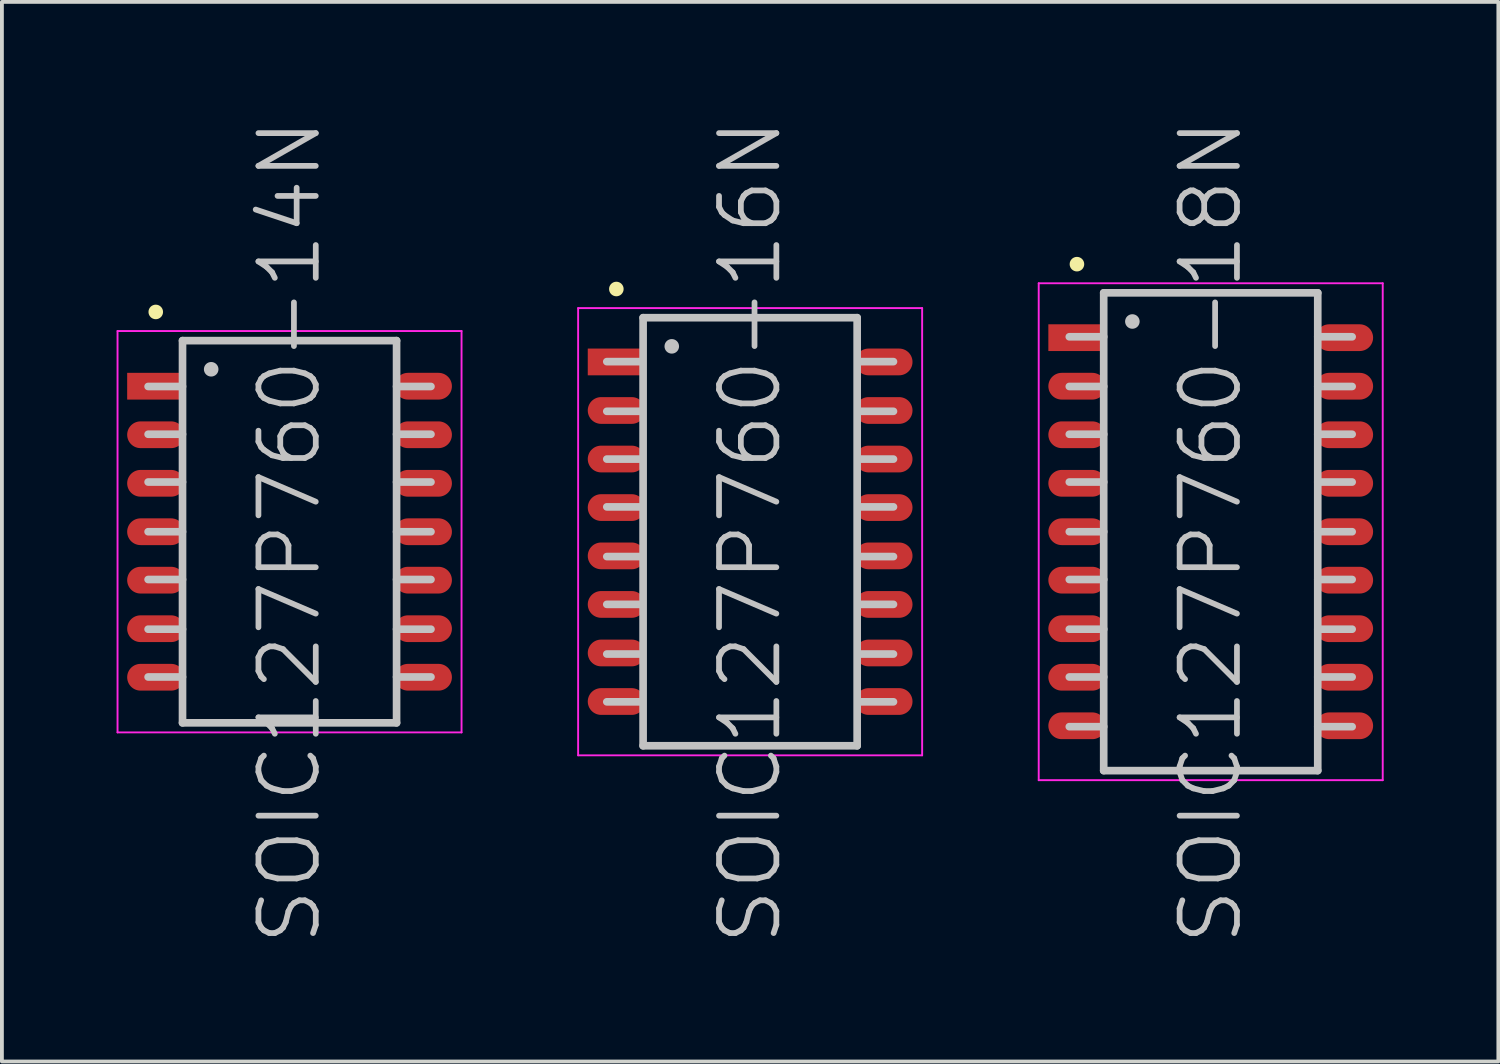
<source format=kicad_pcb>
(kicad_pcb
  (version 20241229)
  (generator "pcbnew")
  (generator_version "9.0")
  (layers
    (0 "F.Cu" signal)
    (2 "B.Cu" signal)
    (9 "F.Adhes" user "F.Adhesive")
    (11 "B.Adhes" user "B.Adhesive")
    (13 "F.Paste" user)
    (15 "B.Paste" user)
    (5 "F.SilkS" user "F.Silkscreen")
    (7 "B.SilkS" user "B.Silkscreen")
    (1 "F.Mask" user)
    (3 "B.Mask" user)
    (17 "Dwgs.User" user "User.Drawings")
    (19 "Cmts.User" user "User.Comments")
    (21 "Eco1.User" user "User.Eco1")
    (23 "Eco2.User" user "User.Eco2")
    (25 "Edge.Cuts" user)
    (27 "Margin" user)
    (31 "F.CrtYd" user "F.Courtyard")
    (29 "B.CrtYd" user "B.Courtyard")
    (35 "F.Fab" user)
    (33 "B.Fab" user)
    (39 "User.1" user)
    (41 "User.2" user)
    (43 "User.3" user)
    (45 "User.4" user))
  (footprint "SOIC127P760-14N"
    (layer "F.Cu")
    (at 4.525 10.861)
    (property "Reference" "SOIC127P760-14N" (at 0 0 90) (layer "Dwgs.User") (effects (font (size 1.5 1.5) (thickness 0.15))))
    (attr smd)
    (fp_line (start -3.5 -5.75) (end -3.5 -5.75) (stroke (width 0.381) (type solid)) (layer "F.SilkS"))
    (fp_line (start -2.8 -5) (end -2.8 5) (stroke (width 0.2) (type solid)) (layer "Dwgs.User"))
    (fp_line (start -2.8 -5) (end 2.8 -5) (stroke (width 0.2) (type solid)) (layer "Dwgs.User"))
    (fp_line (start -2.8 -3.8) (end -3.7 -3.8) (stroke (width 0.2) (type solid)) (layer "Dwgs.User"))
    (fp_line (start -2.8 -2.55) (end -3.7 -2.55) (stroke (width 0.2) (type solid)) (layer "Dwgs.User"))
    (fp_line (start -2.8 -1.3) (end -3.7 -1.3) (stroke (width 0.2) (type solid)) (layer "Dwgs.User"))
    (fp_line (start -2.8 0) (end -3.7 0) (stroke (width 0.2) (type solid)) (layer "Dwgs.User"))
    (fp_line (start -2.8 1.25) (end -3.7 1.25) (stroke (width 0.2) (type solid)) (layer "Dwgs.User"))
    (fp_line (start -2.8 2.55) (end -3.7 2.55) (stroke (width 0.2) (type solid)) (layer "Dwgs.User"))
    (fp_line (start -2.8 3.8) (end -3.7 3.8) (stroke (width 0.2) (type solid)) (layer "Dwgs.User"))
    (fp_line (start -2.8 5) (end 2.8 5) (stroke (width 0.2) (type solid)) (layer "Dwgs.User"))
    (fp_line (start -2.05 -4.25) (end -2.05 -4.25) (stroke (width 0.381) (type solid)) (layer "Dwgs.User"))
    (fp_line (start 2.8 -5) (end 2.8 5) (stroke (width 0.2) (type solid)) (layer "Dwgs.User"))
    (fp_line (start 3.7 -3.8) (end 2.8 -3.8) (stroke (width 0.2) (type solid)) (layer "Dwgs.User"))
    (fp_line (start 3.7 -2.55) (end 2.8 -2.55) (stroke (width 0.2) (type solid)) (layer "Dwgs.User"))
    (fp_line (start 3.7 -1.3) (end 2.8 -1.3) (stroke (width 0.2) (type solid)) (layer "Dwgs.User"))
    (fp_line (start 3.7 0) (end 2.8 0) (stroke (width 0.2) (type solid)) (layer "Dwgs.User"))
    (fp_line (start 3.7 1.25) (end 2.8 1.25) (stroke (width 0.2) (type solid)) (layer "Dwgs.User"))
    (fp_line (start 3.7 2.55) (end 2.8 2.55) (stroke (width 0.2) (type solid)) (layer "Dwgs.User"))
    (fp_line (start 3.7 3.8) (end 2.8 3.8) (stroke (width 0.2) (type solid)) (layer "Dwgs.User"))
    (fp_line (start -4.5 -5.25) (end -4.5 5.25) (stroke (width 0.05) (type solid)) (layer "F.CrtYd"))
    (fp_line (start -4.5 -5.25) (end 4.5 -5.25) (stroke (width 0.05) (type solid)) (layer "F.CrtYd"))
    (fp_line (start -4.5 5.25) (end 4.5 5.25) (stroke (width 0.05) (type solid)) (layer "F.CrtYd"))
    (fp_line (start 4.5 -5.25) (end 4.5 5.25) (stroke (width 0.05) (type solid)) (layer "F.CrtYd"))
    (pad "1" smd rect (at -3.498 -3.807 90) (size 0.7 1.5) (layers "F.Cu" "F.Mask" "F.Paste"))
    (pad "2" smd oval (at -3.498 -2.537 90) (size 0.7 1.5) (layers "F.Cu" "F.Mask" "F.Paste"))
    (pad "3" smd oval (at -3.498 -1.267 90) (size 0.7 1.5) (layers "F.Cu" "F.Mask" "F.Paste"))
    (pad "4" smd oval (at -3.498 0 90) (size 0.7 1.5) (layers "F.Cu" "F.Mask" "F.Paste"))
    (pad "5" smd oval (at -3.498 1.267 90) (size 0.7 1.5) (layers "F.Cu" "F.Mask" "F.Paste"))
    (pad "6" smd oval (at -3.498 2.537 90) (size 0.7 1.5) (layers "F.Cu" "F.Mask" "F.Paste"))
    (pad "7" smd oval (at -3.498 3.807 90) (size 0.7 1.5) (layers "F.Cu" "F.Mask" "F.Paste"))
    (pad "8" smd oval (at 3.498 3.807 270) (size 0.7 1.5) (layers "F.Cu" "F.Mask" "F.Paste"))
    (pad "9" smd oval (at 3.498 2.537 270) (size 0.7 1.5) (layers "F.Cu" "F.Mask" "F.Paste"))
    (pad "10" smd oval (at 3.498 1.267 270) (size 0.7 1.5) (layers "F.Cu" "F.Mask" "F.Paste"))
    (pad "11" smd oval (at 3.498 0 270) (size 0.7 1.5) (layers "F.Cu" "F.Mask" "F.Paste"))
    (pad "12" smd oval (at 3.498 -1.267 270) (size 0.7 1.5) (layers "F.Cu" "F.Mask" "F.Paste"))
    (pad "13" smd oval (at 3.498 -2.537 270) (size 0.7 1.5) (layers "F.Cu" "F.Mask" "F.Paste"))
    (pad "14" smd oval (at 3.498 -3.807 270) (size 0.7 1.5) (layers "F.Cu" "F.Mask" "F.Paste")))
  (footprint "SOIC127P760-16N"
    (layer "F.Cu")
    (at 16.575 10.861)
    (property "Reference" "SOIC127P760-16N" (at 0 0 90) (layer "Dwgs.User") (effects (font (size 1.5 1.5) (thickness 0.15))))
    (attr smd)
    (fp_line (start -3.5 -6.35) (end -3.5 -6.35) (stroke (width 0.381) (type solid)) (layer "F.SilkS"))
    (fp_line (start -2.85 -4.45) (end -3.75 -4.45) (stroke (width 0.2) (type solid)) (layer "Dwgs.User"))
    (fp_line (start -2.85 -3.15) (end -3.75 -3.15) (stroke (width 0.2) (type solid)) (layer "Dwgs.User"))
    (fp_line (start -2.85 -1.9) (end -3.75 -1.9) (stroke (width 0.2) (type solid)) (layer "Dwgs.User"))
    (fp_line (start -2.85 -0.65) (end -3.75 -0.65) (stroke (width 0.2) (type solid)) (layer "Dwgs.User"))
    (fp_line (start -2.85 0.65) (end -3.75 0.65) (stroke (width 0.2) (type solid)) (layer "Dwgs.User"))
    (fp_line (start -2.85 1.9) (end -3.75 1.9) (stroke (width 0.2) (type solid)) (layer "Dwgs.User"))
    (fp_line (start -2.85 3.2) (end -3.75 3.2) (stroke (width 0.2) (type solid)) (layer "Dwgs.User"))
    (fp_line (start -2.85 4.45) (end -3.75 4.45) (stroke (width 0.2) (type solid)) (layer "Dwgs.User"))
    (fp_line (start -2.8 -5.6) (end -2.8 5.6) (stroke (width 0.2) (type solid)) (layer "Dwgs.User"))
    (fp_line (start -2.8 -5.6) (end 2.8 -5.6) (stroke (width 0.2) (type solid)) (layer "Dwgs.User"))
    (fp_line (start -2.8 5.6) (end 2.8 5.6) (stroke (width 0.2) (type solid)) (layer "Dwgs.User"))
    (fp_line (start -2.05 -4.85) (end -2.05 -4.85) (stroke (width 0.381) (type solid)) (layer "Dwgs.User"))
    (fp_line (start 2.8 -5.6) (end 2.8 5.6) (stroke (width 0.2) (type solid)) (layer "Dwgs.User"))
    (fp_line (start 3.75 -4.45) (end 2.85 -4.45) (stroke (width 0.2) (type solid)) (layer "Dwgs.User"))
    (fp_line (start 3.75 -3.15) (end 2.85 -3.15) (stroke (width 0.2) (type solid)) (layer "Dwgs.User"))
    (fp_line (start 3.75 -1.9) (end 2.85 -1.9) (stroke (width 0.2) (type solid)) (layer "Dwgs.User"))
    (fp_line (start 3.75 -0.65) (end 2.85 -0.65) (stroke (width 0.2) (type solid)) (layer "Dwgs.User"))
    (fp_line (start 3.75 0.65) (end 2.85 0.65) (stroke (width 0.2) (type solid)) (layer "Dwgs.User"))
    (fp_line (start 3.75 1.9) (end 2.85 1.9) (stroke (width 0.2) (type solid)) (layer "Dwgs.User"))
    (fp_line (start 3.75 3.2) (end 2.85 3.2) (stroke (width 0.2) (type solid)) (layer "Dwgs.User"))
    (fp_line (start 3.75 4.45) (end 2.85 4.45) (stroke (width 0.2) (type solid)) (layer "Dwgs.User"))
    (fp_line (start -4.5 -5.85) (end -4.5 5.85) (stroke (width 0.05) (type solid)) (layer "F.CrtYd"))
    (fp_line (start -4.5 -5.85) (end 4.5 -5.85) (stroke (width 0.05) (type solid)) (layer "F.CrtYd"))
    (fp_line (start -4.5 5.85) (end 4.5 5.85) (stroke (width 0.05) (type solid)) (layer "F.CrtYd"))
    (fp_line (start 4.5 -5.85) (end 4.5 5.85) (stroke (width 0.05) (type solid)) (layer "F.CrtYd"))
    (pad "1" smd rect (at -3.498 -4.442 90) (size 0.7 1.5) (layers "F.Cu" "F.Mask" "F.Paste"))
    (pad "2" smd oval (at -3.498 -3.172 90) (size 0.7 1.5) (layers "F.Cu" "F.Mask" "F.Paste"))
    (pad "3" smd oval (at -3.498 -1.902 90) (size 0.7 1.5) (layers "F.Cu" "F.Mask" "F.Paste"))
    (pad "4" smd oval (at -3.498 -0.632 90) (size 0.7 1.5) (layers "F.Cu" "F.Mask" "F.Paste"))
    (pad "5" smd oval (at -3.498 0.632 90) (size 0.7 1.5) (layers "F.Cu" "F.Mask" "F.Paste"))
    (pad "6" smd oval (at -3.498 1.902 90) (size 0.7 1.5) (layers "F.Cu" "F.Mask" "F.Paste"))
    (pad "7" smd oval (at -3.498 3.172 90) (size 0.7 1.5) (layers "F.Cu" "F.Mask" "F.Paste"))
    (pad "8" smd oval (at -3.498 4.442 90) (size 0.7 1.5) (layers "F.Cu" "F.Mask" "F.Paste"))
    (pad "9" smd oval (at 3.498 4.442 270) (size 0.7 1.5) (layers "F.Cu" "F.Mask" "F.Paste"))
    (pad "10" smd oval (at 3.498 3.172 270) (size 0.7 1.5) (layers "F.Cu" "F.Mask" "F.Paste"))
    (pad "11" smd oval (at 3.498 1.902 270) (size 0.7 1.5) (layers "F.Cu" "F.Mask" "F.Paste"))
    (pad "12" smd oval (at 3.498 0.632 270) (size 0.7 1.5) (layers "F.Cu" "F.Mask" "F.Paste"))
    (pad "13" smd oval (at 3.498 -0.632 270) (size 0.7 1.5) (layers "F.Cu" "F.Mask" "F.Paste"))
    (pad "14" smd oval (at 3.498 -1.902 270) (size 0.7 1.5) (layers "F.Cu" "F.Mask" "F.Paste"))
    (pad "15" smd oval (at 3.498 -3.172 270) (size 0.7 1.5) (layers "F.Cu" "F.Mask" "F.Paste"))
    (pad "16" smd oval (at 3.498 -4.442 270) (size 0.7 1.5) (layers "F.Cu" "F.Mask" "F.Paste")))
  (footprint "SOIC127P760-18N"
    (layer "F.Cu")
    (at 28.625 10.861)
    (property "Reference" "SOIC127P760-18N" (at 0 0 90) (layer "Dwgs.User") (effects (font (size 1.5 1.5) (thickness 0.15))))
    (attr smd)
    (fp_line (start -3.5 -7) (end -3.5 -7) (stroke (width 0.381) (type solid)) (layer "F.SilkS"))
    (fp_line (start -2.8 -6.25) (end -2.8 6.25) (stroke (width 0.2) (type solid)) (layer "Dwgs.User"))
    (fp_line (start -2.8 -6.25) (end 2.8 -6.25) (stroke (width 0.2) (type solid)) (layer "Dwgs.User"))
    (fp_line (start -2.8 -5.1) (end -3.7 -5.1) (stroke (width 0.2) (type solid)) (layer "Dwgs.User"))
    (fp_line (start -2.8 -3.8) (end -3.7 -3.8) (stroke (width 0.2) (type solid)) (layer "Dwgs.User"))
    (fp_line (start -2.8 -2.55) (end -3.7 -2.55) (stroke (width 0.2) (type solid)) (layer "Dwgs.User"))
    (fp_line (start -2.8 -1.3) (end -3.7 -1.3) (stroke (width 0.2) (type solid)) (layer "Dwgs.User"))
    (fp_line (start -2.8 0) (end -3.7 0) (stroke (width 0.2) (type solid)) (layer "Dwgs.User"))
    (fp_line (start -2.8 1.25) (end -3.7 1.25) (stroke (width 0.2) (type solid)) (layer "Dwgs.User"))
    (fp_line (start -2.8 2.55) (end -3.7 2.55) (stroke (width 0.2) (type solid)) (layer "Dwgs.User"))
    (fp_line (start -2.8 3.8) (end -3.7 3.8) (stroke (width 0.2) (type solid)) (layer "Dwgs.User"))
    (fp_line (start -2.8 5.1) (end -3.7 5.1) (stroke (width 0.2) (type solid)) (layer "Dwgs.User"))
    (fp_line (start -2.8 6.25) (end 2.8 6.25) (stroke (width 0.2) (type solid)) (layer "Dwgs.User"))
    (fp_line (start -2.05 -5.5) (end -2.05 -5.5) (stroke (width 0.381) (type solid)) (layer "Dwgs.User"))
    (fp_line (start 2.8 -6.25) (end 2.8 6.25) (stroke (width 0.2) (type solid)) (layer "Dwgs.User"))
    (fp_line (start 3.7 -5.1) (end 2.8 -5.1) (stroke (width 0.2) (type solid)) (layer "Dwgs.User"))
    (fp_line (start 3.7 -3.8) (end 2.8 -3.8) (stroke (width 0.2) (type solid)) (layer "Dwgs.User"))
    (fp_line (start 3.7 -2.55) (end 2.8 -2.55) (stroke (width 0.2) (type solid)) (layer "Dwgs.User"))
    (fp_line (start 3.7 -1.3) (end 2.8 -1.3) (stroke (width 0.2) (type solid)) (layer "Dwgs.User"))
    (fp_line (start 3.7 0) (end 2.8 0) (stroke (width 0.2) (type solid)) (layer "Dwgs.User"))
    (fp_line (start 3.7 1.25) (end 2.8 1.25) (stroke (width 0.2) (type solid)) (layer "Dwgs.User"))
    (fp_line (start 3.7 2.55) (end 2.8 2.55) (stroke (width 0.2) (type solid)) (layer "Dwgs.User"))
    (fp_line (start 3.7 3.8) (end 2.8 3.8) (stroke (width 0.2) (type solid)) (layer "Dwgs.User"))
    (fp_line (start 3.7 5.1) (end 2.8 5.1) (stroke (width 0.2) (type solid)) (layer "Dwgs.User"))
    (fp_line (start -4.5 -6.5) (end -4.5 6.5) (stroke (width 0.05) (type solid)) (layer "F.CrtYd"))
    (fp_line (start -4.5 -6.5) (end 4.5 -6.5) (stroke (width 0.05) (type solid)) (layer "F.CrtYd"))
    (fp_line (start -4.5 6.5) (end 4.5 6.5) (stroke (width 0.05) (type solid)) (layer "F.CrtYd"))
    (fp_line (start 4.5 -6.5) (end 4.5 6.5) (stroke (width 0.05) (type solid)) (layer "F.CrtYd"))
    (pad "1" smd rect (at -3.498 -5.077 90) (size 0.7 1.5) (layers "F.Cu" "F.Mask" "F.Paste"))
    (pad "2" smd oval (at -3.498 -3.807 90) (size 0.7 1.5) (layers "F.Cu" "F.Mask" "F.Paste"))
    (pad "3" smd oval (at -3.498 -2.537 90) (size 0.7 1.5) (layers "F.Cu" "F.Mask" "F.Paste"))
    (pad "4" smd oval (at -3.498 -1.267 90) (size 0.7 1.5) (layers "F.Cu" "F.Mask" "F.Paste"))
    (pad "5" smd oval (at -3.498 0 90) (size 0.7 1.5) (layers "F.Cu" "F.Mask" "F.Paste"))
    (pad "6" smd oval (at -3.498 1.267 90) (size 0.7 1.5) (layers "F.Cu" "F.Mask" "F.Paste"))
    (pad "7" smd oval (at -3.498 2.537 90) (size 0.7 1.5) (layers "F.Cu" "F.Mask" "F.Paste"))
    (pad "8" smd oval (at -3.498 3.807 90) (size 0.7 1.5) (layers "F.Cu" "F.Mask" "F.Paste"))
    (pad "9" smd oval (at -3.498 5.077 90) (size 0.7 1.5) (layers "F.Cu" "F.Mask" "F.Paste"))
    (pad "10" smd oval (at 3.498 5.077 270) (size 0.7 1.5) (layers "F.Cu" "F.Mask" "F.Paste"))
    (pad "11" smd oval (at 3.498 3.807 270) (size 0.7 1.5) (layers "F.Cu" "F.Mask" "F.Paste"))
    (pad "12" smd oval (at 3.498 2.537 270) (size 0.7 1.5) (layers "F.Cu" "F.Mask" "F.Paste"))
    (pad "13" smd oval (at 3.498 1.267 270) (size 0.7 1.5) (layers "F.Cu" "F.Mask" "F.Paste"))
    (pad "14" smd oval (at 3.498 0 270) (size 0.7 1.5) (layers "F.Cu" "F.Mask" "F.Paste"))
    (pad "15" smd oval (at 3.498 -1.267 270) (size 0.7 1.5) (layers "F.Cu" "F.Mask" "F.Paste"))
    (pad "16" smd oval (at 3.498 -2.537 270) (size 0.7 1.5) (layers "F.Cu" "F.Mask" "F.Paste"))
    (pad "17" smd oval (at 3.498 -3.807 270) (size 0.7 1.5) (layers "F.Cu" "F.Mask" "F.Paste"))
    (pad "18" smd oval (at 3.498 -5.077 270) (size 0.7 1.5) (layers "F.Cu" "F.Mask" "F.Paste")))
  (gr_rect
    (start -3 -3)
    (end 36.15 24.721)
    (stroke (width 0.1) (type default))
    (fill no)
    (layer "Edge.Cuts")))
</source>
